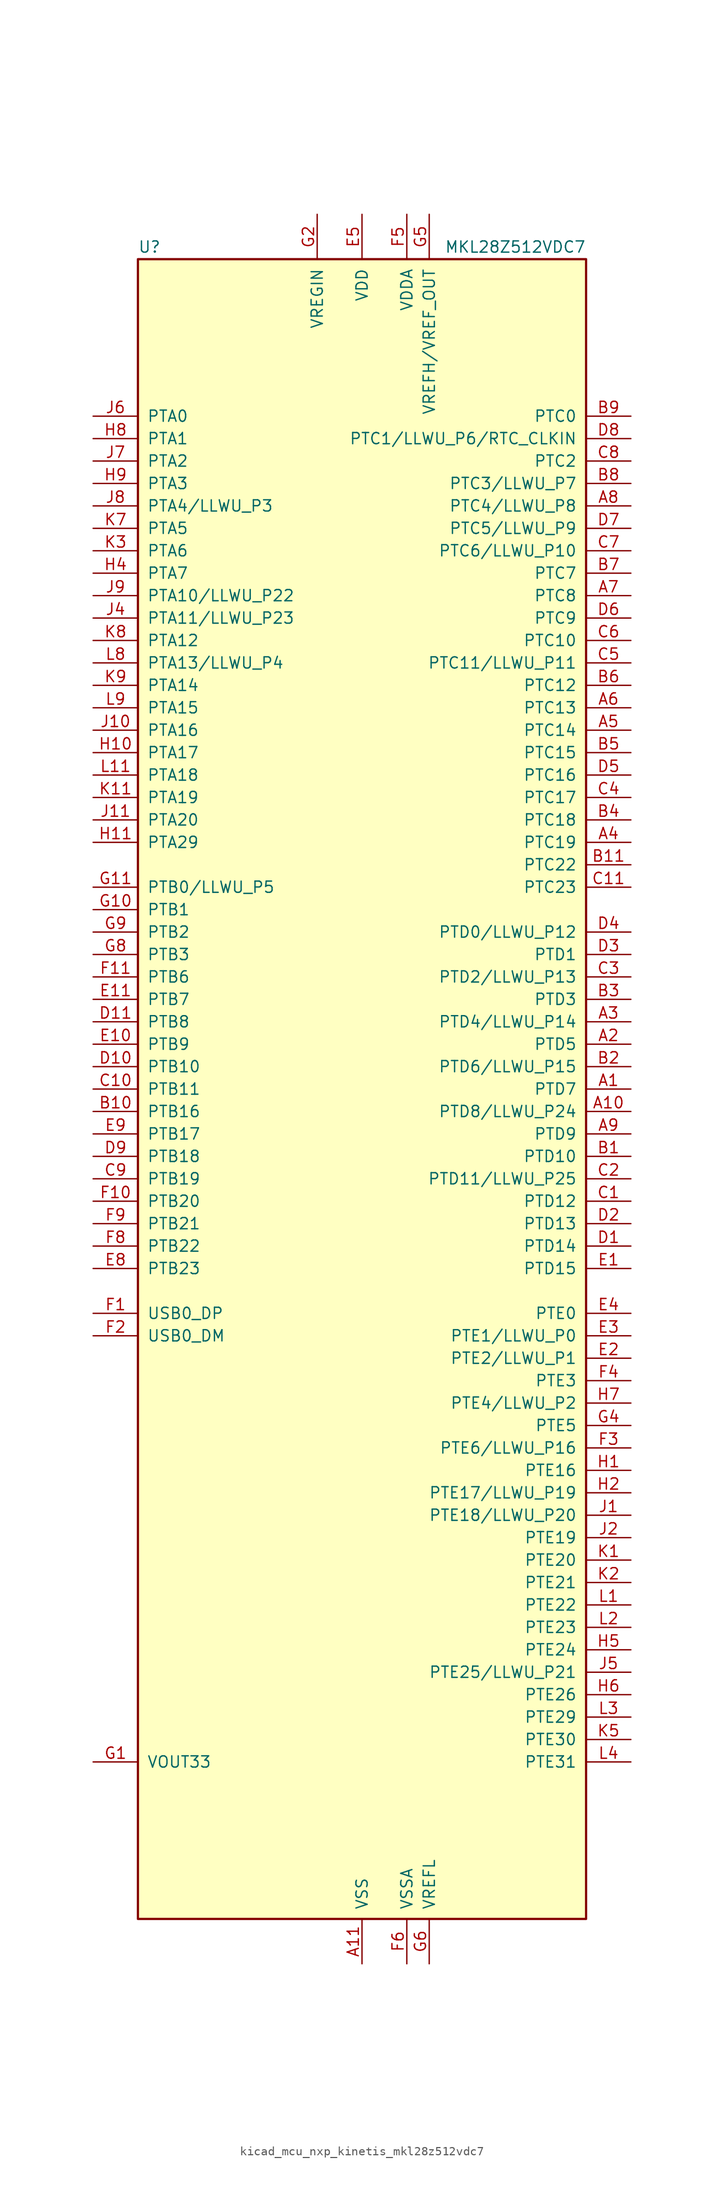
<source format=kicad_sym>
(kicad_symbol_lib
  (version 20220914)
  (generator kicad_symbol_editor)
  (symbol "kicad_mcu_nxp_kinetis_mkl28z512vdc7"
    (pin_names
      (offset 1.016))
    (property "Reference" "U"
      (at -25.4 94.615 0)
      (effects (font (size 1.27 1.27)) (justify left bottom)))
    (property "Value" "MKL28Z512VDC7"
      (at 25.4 94.615 0)
      (effects (font (size 1.27 1.27)) (justify right bottom)))
    (symbol "kicad_mcu_nxp_kinetis_mkl28z512vdc7_0_1"
      (rectangle (start -25.4 93.98) (end 25.4 -93.98) (stroke (width 0.254) (type default)) (fill (type background))))
    (symbol "kicad_mcu_nxp_kinetis_mkl28z512vdc7_1_1"
      (pin bidirectional line (at 30.48 0 180) (length 5.08) (name "PTD7" (effects (font (size 1.27 1.27)))) (number "A1" (effects (font (size 1.27 1.27)))))
      (pin bidirectional line (at 30.48 -2.54 180) (length 5.08) (name "PTD8/LLWU_P24" (effects (font (size 1.27 1.27)))) (number "A10" (effects (font (size 1.27 1.27)))))
      (pin power_in line (at 0 -99.06 90) (length 5.08) (name "VSS" (effects (font (size 1.27 1.27)))) (number "A11" (effects (font (size 1.27 1.27)))))
      (pin bidirectional line (at 30.48 5.08 180) (length 5.08) (name "PTD5" (effects (font (size 1.27 1.27)))) (number "A2" (effects (font (size 1.27 1.27)))))
      (pin bidirectional line (at 30.48 7.62 180) (length 5.08) (name "PTD4/LLWU_P14" (effects (font (size 1.27 1.27)))) (number "A3" (effects (font (size 1.27 1.27)))))
      (pin bidirectional line (at 30.48 27.94 180) (length 5.08) (name "PTC19" (effects (font (size 1.27 1.27)))) (number "A4" (effects (font (size 1.27 1.27)))))
      (pin bidirectional line (at 30.48 40.64 180) (length 5.08) (name "PTC14" (effects (font (size 1.27 1.27)))) (number "A5" (effects (font (size 1.27 1.27)))))
      (pin bidirectional line (at 30.48 43.18 180) (length 5.08) (name "PTC13" (effects (font (size 1.27 1.27)))) (number "A6" (effects (font (size 1.27 1.27)))))
      (pin bidirectional line (at 30.48 55.88 180) (length 5.08) (name "PTC8" (effects (font (size 1.27 1.27)))) (number "A7" (effects (font (size 1.27 1.27)))))
      (pin bidirectional line (at 30.48 66.04 180) (length 5.08) (name "PTC4/LLWU_P8" (effects (font (size 1.27 1.27)))) (number "A8" (effects (font (size 1.27 1.27)))))
      (pin bidirectional line (at 30.48 -5.08 180) (length 5.08) (name "PTD9" (effects (font (size 1.27 1.27)))) (number "A9" (effects (font (size 1.27 1.27)))))
      (pin bidirectional line (at 30.48 -7.62 180) (length 5.08) (name "PTD10" (effects (font (size 1.27 1.27)))) (number "B1" (effects (font (size 1.27 1.27)))))
      (pin bidirectional line (at -30.48 -2.54 0) (length 5.08) (name "PTB16" (effects (font (size 1.27 1.27)))) (number "B10" (effects (font (size 1.27 1.27)))))
      (pin bidirectional line (at 30.48 25.4 180) (length 5.08) (name "PTC22" (effects (font (size 1.27 1.27)))) (number "B11" (effects (font (size 1.27 1.27)))))
      (pin bidirectional line (at 30.48 2.54 180) (length 5.08) (name "PTD6/LLWU_P15" (effects (font (size 1.27 1.27)))) (number "B2" (effects (font (size 1.27 1.27)))))
      (pin bidirectional line (at 30.48 10.16 180) (length 5.08) (name "PTD3" (effects (font (size 1.27 1.27)))) (number "B3" (effects (font (size 1.27 1.27)))))
      (pin bidirectional line (at 30.48 30.48 180) (length 5.08) (name "PTC18" (effects (font (size 1.27 1.27)))) (number "B4" (effects (font (size 1.27 1.27)))))
      (pin bidirectional line (at 30.48 38.1 180) (length 5.08) (name "PTC15" (effects (font (size 1.27 1.27)))) (number "B5" (effects (font (size 1.27 1.27)))))
      (pin bidirectional line (at 30.48 45.72 180) (length 5.08) (name "PTC12" (effects (font (size 1.27 1.27)))) (number "B6" (effects (font (size 1.27 1.27)))))
      (pin bidirectional line (at 30.48 58.42 180) (length 5.08) (name "PTC7" (effects (font (size 1.27 1.27)))) (number "B7" (effects (font (size 1.27 1.27)))))
      (pin bidirectional line (at 30.48 68.58 180) (length 5.08) (name "PTC3/LLWU_P7" (effects (font (size 1.27 1.27)))) (number "B8" (effects (font (size 1.27 1.27)))))
      (pin bidirectional line (at 30.48 76.2 180) (length 5.08) (name "PTC0" (effects (font (size 1.27 1.27)))) (number "B9" (effects (font (size 1.27 1.27)))))
      (pin bidirectional line (at 30.48 -12.7 180) (length 5.08) (name "PTD12" (effects (font (size 1.27 1.27)))) (number "C1" (effects (font (size 1.27 1.27)))))
      (pin bidirectional line (at -30.48 0 0) (length 5.08) (name "PTB11" (effects (font (size 1.27 1.27)))) (number "C10" (effects (font (size 1.27 1.27)))))
      (pin bidirectional line (at 30.48 22.86 180) (length 5.08) (name "PTC23" (effects (font (size 1.27 1.27)))) (number "C11" (effects (font (size 1.27 1.27)))))
      (pin bidirectional line (at 30.48 -10.16 180) (length 5.08) (name "PTD11/LLWU_P25" (effects (font (size 1.27 1.27)))) (number "C2" (effects (font (size 1.27 1.27)))))
      (pin bidirectional line (at 30.48 12.7 180) (length 5.08) (name "PTD2/LLWU_P13" (effects (font (size 1.27 1.27)))) (number "C3" (effects (font (size 1.27 1.27)))))
      (pin bidirectional line (at 30.48 33.02 180) (length 5.08) (name "PTC17" (effects (font (size 1.27 1.27)))) (number "C4" (effects (font (size 1.27 1.27)))))
      (pin bidirectional line (at 30.48 48.26 180) (length 5.08) (name "PTC11/LLWU_P11" (effects (font (size 1.27 1.27)))) (number "C5" (effects (font (size 1.27 1.27)))))
      (pin bidirectional line (at 30.48 50.8 180) (length 5.08) (name "PTC10" (effects (font (size 1.27 1.27)))) (number "C6" (effects (font (size 1.27 1.27)))))
      (pin bidirectional line (at 30.48 60.96 180) (length 5.08) (name "PTC6/LLWU_P10" (effects (font (size 1.27 1.27)))) (number "C7" (effects (font (size 1.27 1.27)))))
      (pin bidirectional line (at 30.48 71.12 180) (length 5.08) (name "PTC2" (effects (font (size 1.27 1.27)))) (number "C8" (effects (font (size 1.27 1.27)))))
      (pin bidirectional line (at -30.48 -10.16 0) (length 5.08) (name "PTB19" (effects (font (size 1.27 1.27)))) (number "C9" (effects (font (size 1.27 1.27)))))
      (pin bidirectional line (at 30.48 -17.78 180) (length 5.08) (name "PTD14" (effects (font (size 1.27 1.27)))) (number "D1" (effects (font (size 1.27 1.27)))))
      (pin bidirectional line (at -30.48 2.54 0) (length 5.08) (name "PTB10" (effects (font (size 1.27 1.27)))) (number "D10" (effects (font (size 1.27 1.27)))))
      (pin bidirectional line (at -30.48 7.62 0) (length 5.08) (name "PTB8" (effects (font (size 1.27 1.27)))) (number "D11" (effects (font (size 1.27 1.27)))))
      (pin bidirectional line (at 30.48 -15.24 180) (length 5.08) (name "PTD13" (effects (font (size 1.27 1.27)))) (number "D2" (effects (font (size 1.27 1.27)))))
      (pin bidirectional line (at 30.48 15.24 180) (length 5.08) (name "PTD1" (effects (font (size 1.27 1.27)))) (number "D3" (effects (font (size 1.27 1.27)))))
      (pin bidirectional line (at 30.48 17.78 180) (length 5.08) (name "PTD0/LLWU_P12" (effects (font (size 1.27 1.27)))) (number "D4" (effects (font (size 1.27 1.27)))))
      (pin bidirectional line (at 30.48 35.56 180) (length 5.08) (name "PTC16" (effects (font (size 1.27 1.27)))) (number "D5" (effects (font (size 1.27 1.27)))))
      (pin bidirectional line (at 30.48 53.34 180) (length 5.08) (name "PTC9" (effects (font (size 1.27 1.27)))) (number "D6" (effects (font (size 1.27 1.27)))))
      (pin bidirectional line (at 30.48 63.5 180) (length 5.08) (name "PTC5/LLWU_P9" (effects (font (size 1.27 1.27)))) (number "D7" (effects (font (size 1.27 1.27)))))
      (pin bidirectional line (at 30.48 73.66 180) (length 5.08) (name "PTC1/LLWU_P6/RTC_CLKIN" (effects (font (size 1.27 1.27)))) (number "D8" (effects (font (size 1.27 1.27)))))
      (pin bidirectional line (at -30.48 -7.62 0) (length 5.08) (name "PTB18" (effects (font (size 1.27 1.27)))) (number "D9" (effects (font (size 1.27 1.27)))))
      (pin bidirectional line (at 30.48 -20.32 180) (length 5.08) (name "PTD15" (effects (font (size 1.27 1.27)))) (number "E1" (effects (font (size 1.27 1.27)))))
      (pin bidirectional line (at -30.48 5.08 0) (length 5.08) (name "PTB9" (effects (font (size 1.27 1.27)))) (number "E10" (effects (font (size 1.27 1.27)))))
      (pin bidirectional line (at -30.48 10.16 0) (length 5.08) (name "PTB7" (effects (font (size 1.27 1.27)))) (number "E11" (effects (font (size 1.27 1.27)))))
      (pin bidirectional line (at 30.48 -30.48 180) (length 5.08) (name "PTE2/LLWU_P1" (effects (font (size 1.27 1.27)))) (number "E2" (effects (font (size 1.27 1.27)))))
      (pin bidirectional line (at 30.48 -27.94 180) (length 5.08) (name "PTE1/LLWU_P0" (effects (font (size 1.27 1.27)))) (number "E3" (effects (font (size 1.27 1.27)))))
      (pin bidirectional line (at 30.48 -25.4 180) (length 5.08) (name "PTE0" (effects (font (size 1.27 1.27)))) (number "E4" (effects (font (size 1.27 1.27)))))
      (pin power_in line (at 0 99.06 270) (length 5.08) (name "VDD" (effects (font (size 1.27 1.27)))) (number "E5" (effects (font (size 1.27 1.27)))))
      (pin passive line (at 0 99.06 270) (length 5.08) hide (name "VDD" (effects (font (size 1.27 1.27)))) (number "E6" (effects (font (size 1.27 1.27)))))
      (pin passive line (at 0 99.06 270) (length 5.08) hide (name "VDD" (effects (font (size 1.27 1.27)))) (number "E7" (effects (font (size 1.27 1.27)))))
      (pin bidirectional line (at -30.48 -20.32 0) (length 5.08) (name "PTB23" (effects (font (size 1.27 1.27)))) (number "E8" (effects (font (size 1.27 1.27)))))
      (pin bidirectional line (at -30.48 -5.08 0) (length 5.08) (name "PTB17" (effects (font (size 1.27 1.27)))) (number "E9" (effects (font (size 1.27 1.27)))))
      (pin bidirectional line (at -30.48 -25.4 0) (length 5.08) (name "USB0_DP" (effects (font (size 1.27 1.27)))) (number "F1" (effects (font (size 1.27 1.27)))))
      (pin bidirectional line (at -30.48 -12.7 0) (length 5.08) (name "PTB20" (effects (font (size 1.27 1.27)))) (number "F10" (effects (font (size 1.27 1.27)))))
      (pin bidirectional line (at -30.48 12.7 0) (length 5.08) (name "PTB6" (effects (font (size 1.27 1.27)))) (number "F11" (effects (font (size 1.27 1.27)))))
      (pin bidirectional line (at -30.48 -27.94 0) (length 5.08) (name "USB0_DM" (effects (font (size 1.27 1.27)))) (number "F2" (effects (font (size 1.27 1.27)))))
      (pin bidirectional line (at 30.48 -40.64 180) (length 5.08) (name "PTE6/LLWU_P16" (effects (font (size 1.27 1.27)))) (number "F3" (effects (font (size 1.27 1.27)))))
      (pin bidirectional line (at 30.48 -33.02 180) (length 5.08) (name "PTE3" (effects (font (size 1.27 1.27)))) (number "F4" (effects (font (size 1.27 1.27)))))
      (pin power_in line (at 5.08 99.06 270) (length 5.08) (name "VDDA" (effects (font (size 1.27 1.27)))) (number "F5" (effects (font (size 1.27 1.27)))))
      (pin power_in line (at 5.08 -99.06 90) (length 5.08) (name "VSSA" (effects (font (size 1.27 1.27)))) (number "F6" (effects (font (size 1.27 1.27)))))
      (pin passive line (at 0 -99.06 90) (length 5.08) hide (name "VSS" (effects (font (size 1.27 1.27)))) (number "F7" (effects (font (size 1.27 1.27)))))
      (pin bidirectional line (at -30.48 -17.78 0) (length 5.08) (name "PTB22" (effects (font (size 1.27 1.27)))) (number "F8" (effects (font (size 1.27 1.27)))))
      (pin bidirectional line (at -30.48 -15.24 0) (length 5.08) (name "PTB21" (effects (font (size 1.27 1.27)))) (number "F9" (effects (font (size 1.27 1.27)))))
      (pin power_out line (at -30.48 -76.2 0) (length 5.08) (name "VOUT33" (effects (font (size 1.27 1.27)))) (number "G1" (effects (font (size 1.27 1.27)))))
      (pin bidirectional line (at -30.48 20.32 0) (length 5.08) (name "PTB1" (effects (font (size 1.27 1.27)))) (number "G10" (effects (font (size 1.27 1.27)))))
      (pin bidirectional line (at -30.48 22.86 0) (length 5.08) (name "PTB0/LLWU_P5" (effects (font (size 1.27 1.27)))) (number "G11" (effects (font (size 1.27 1.27)))))
      (pin power_in line (at -5.08 99.06 270) (length 5.08) (name "VREGIN" (effects (font (size 1.27 1.27)))) (number "G2" (effects (font (size 1.27 1.27)))))
      (pin passive line (at 0 -99.06 90) (length 5.08) hide (name "VSS" (effects (font (size 1.27 1.27)))) (number "G3" (effects (font (size 1.27 1.27)))))
      (pin bidirectional line (at 30.48 -38.1 180) (length 5.08) (name "PTE5" (effects (font (size 1.27 1.27)))) (number "G4" (effects (font (size 1.27 1.27)))))
      (pin power_in line (at 7.62 99.06 270) (length 5.08) (name "VREFH/VREF_OUT" (effects (font (size 1.27 1.27)))) (number "G5" (effects (font (size 1.27 1.27)))))
      (pin power_in line (at 7.62 -99.06 90) (length 5.08) (name "VREFL" (effects (font (size 1.27 1.27)))) (number "G6" (effects (font (size 1.27 1.27)))))
      (pin passive line (at 0 -99.06 90) (length 5.08) hide (name "VSS" (effects (font (size 1.27 1.27)))) (number "G7" (effects (font (size 1.27 1.27)))))
      (pin bidirectional line (at -30.48 15.24 0) (length 5.08) (name "PTB3" (effects (font (size 1.27 1.27)))) (number "G8" (effects (font (size 1.27 1.27)))))
      (pin bidirectional line (at -30.48 17.78 0) (length 5.08) (name "PTB2" (effects (font (size 1.27 1.27)))) (number "G9" (effects (font (size 1.27 1.27)))))
      (pin bidirectional line (at 30.48 -43.18 180) (length 5.08) (name "PTE16" (effects (font (size 1.27 1.27)))) (number "H1" (effects (font (size 1.27 1.27)))))
      (pin bidirectional line (at -30.48 38.1 0) (length 5.08) (name "PTA17" (effects (font (size 1.27 1.27)))) (number "H10" (effects (font (size 1.27 1.27)))))
      (pin bidirectional line (at -30.48 27.94 0) (length 5.08) (name "PTA29" (effects (font (size 1.27 1.27)))) (number "H11" (effects (font (size 1.27 1.27)))))
      (pin bidirectional line (at 30.48 -45.72 180) (length 5.08) (name "PTE17/LLWU_P19" (effects (font (size 1.27 1.27)))) (number "H2" (effects (font (size 1.27 1.27)))))
      (pin no_connect line (at -25.4 -63.5 0) (length 5.08) hide (name "NC" (effects (font (size 1.27 1.27)))) (number "H3" (effects (font (size 1.27 1.27)))))
      (pin bidirectional line (at -30.48 58.42 0) (length 5.08) (name "PTA7" (effects (font (size 1.27 1.27)))) (number "H4" (effects (font (size 1.27 1.27)))))
      (pin bidirectional line (at 30.48 -63.5 180) (length 5.08) (name "PTE24" (effects (font (size 1.27 1.27)))) (number "H5" (effects (font (size 1.27 1.27)))))
      (pin bidirectional line (at 30.48 -68.58 180) (length 5.08) (name "PTE26" (effects (font (size 1.27 1.27)))) (number "H6" (effects (font (size 1.27 1.27)))))
      (pin bidirectional line (at 30.48 -35.56 180) (length 5.08) (name "PTE4/LLWU_P2" (effects (font (size 1.27 1.27)))) (number "H7" (effects (font (size 1.27 1.27)))))
      (pin bidirectional line (at -30.48 73.66 0) (length 5.08) (name "PTA1" (effects (font (size 1.27 1.27)))) (number "H8" (effects (font (size 1.27 1.27)))))
      (pin bidirectional line (at -30.48 68.58 0) (length 5.08) (name "PTA3" (effects (font (size 1.27 1.27)))) (number "H9" (effects (font (size 1.27 1.27)))))
      (pin bidirectional line (at 30.48 -48.26 180) (length 5.08) (name "PTE18/LLWU_P20" (effects (font (size 1.27 1.27)))) (number "J1" (effects (font (size 1.27 1.27)))))
      (pin bidirectional line (at -30.48 40.64 0) (length 5.08) (name "PTA16" (effects (font (size 1.27 1.27)))) (number "J10" (effects (font (size 1.27 1.27)))))
      (pin bidirectional line (at -30.48 30.48 0) (length 5.08) (name "PTA20" (effects (font (size 1.27 1.27)))) (number "J11" (effects (font (size 1.27 1.27)))))
      (pin bidirectional line (at 30.48 -50.8 180) (length 5.08) (name "PTE19" (effects (font (size 1.27 1.27)))) (number "J2" (effects (font (size 1.27 1.27)))))
      (pin no_connect line (at -25.4 -66.04 0) (length 5.08) hide (name "NC" (effects (font (size 1.27 1.27)))) (number "J3" (effects (font (size 1.27 1.27)))))
      (pin bidirectional line (at -30.48 53.34 0) (length 5.08) (name "PTA11/LLWU_P23" (effects (font (size 1.27 1.27)))) (number "J4" (effects (font (size 1.27 1.27)))))
      (pin bidirectional line (at 30.48 -66.04 180) (length 5.08) (name "PTE25/LLWU_P21" (effects (font (size 1.27 1.27)))) (number "J5" (effects (font (size 1.27 1.27)))))
      (pin bidirectional line (at -30.48 76.2 0) (length 5.08) (name "PTA0" (effects (font (size 1.27 1.27)))) (number "J6" (effects (font (size 1.27 1.27)))))
      (pin bidirectional line (at -30.48 71.12 0) (length 5.08) (name "PTA2" (effects (font (size 1.27 1.27)))) (number "J7" (effects (font (size 1.27 1.27)))))
      (pin bidirectional line (at -30.48 66.04 0) (length 5.08) (name "PTA4/LLWU_P3" (effects (font (size 1.27 1.27)))) (number "J8" (effects (font (size 1.27 1.27)))))
      (pin bidirectional line (at -30.48 55.88 0) (length 5.08) (name "PTA10/LLWU_P22" (effects (font (size 1.27 1.27)))) (number "J9" (effects (font (size 1.27 1.27)))))
      (pin bidirectional line (at 30.48 -53.34 180) (length 5.08) (name "PTE20" (effects (font (size 1.27 1.27)))) (number "K1" (effects (font (size 1.27 1.27)))))
      (pin passive line (at 0 -99.06 90) (length 5.08) hide (name "VSS" (effects (font (size 1.27 1.27)))) (number "K10" (effects (font (size 1.27 1.27)))))
      (pin bidirectional line (at -30.48 33.02 0) (length 5.08) (name "PTA19" (effects (font (size 1.27 1.27)))) (number "K11" (effects (font (size 1.27 1.27)))))
      (pin bidirectional line (at 30.48 -55.88 180) (length 5.08) (name "PTE21" (effects (font (size 1.27 1.27)))) (number "K2" (effects (font (size 1.27 1.27)))))
      (pin bidirectional line (at -30.48 60.96 0) (length 5.08) (name "PTA6" (effects (font (size 1.27 1.27)))) (number "K3" (effects (font (size 1.27 1.27)))))
      (pin no_connect line (at -25.4 -68.58 0) (length 5.08) hide (name "NC" (effects (font (size 1.27 1.27)))) (number "K4" (effects (font (size 1.27 1.27)))))
      (pin bidirectional line (at 30.48 -73.66 180) (length 5.08) (name "PTE30" (effects (font (size 1.27 1.27)))) (number "K5" (effects (font (size 1.27 1.27)))))
      (pin passive line (at 0 99.06 270) (length 5.08) hide (name "VDD" (effects (font (size 1.27 1.27)))) (number "K6" (effects (font (size 1.27 1.27)))))
      (pin bidirectional line (at -30.48 63.5 0) (length 5.08) (name "PTA5" (effects (font (size 1.27 1.27)))) (number "K7" (effects (font (size 1.27 1.27)))))
      (pin bidirectional line (at -30.48 50.8 0) (length 5.08) (name "PTA12" (effects (font (size 1.27 1.27)))) (number "K8" (effects (font (size 1.27 1.27)))))
      (pin bidirectional line (at -30.48 45.72 0) (length 5.08) (name "PTA14" (effects (font (size 1.27 1.27)))) (number "K9" (effects (font (size 1.27 1.27)))))
      (pin bidirectional line (at 30.48 -58.42 180) (length 5.08) (name "PTE22" (effects (font (size 1.27 1.27)))) (number "L1" (effects (font (size 1.27 1.27)))))
      (pin passive line (at 0 99.06 270) (length 5.08) hide (name "VDD" (effects (font (size 1.27 1.27)))) (number "L10" (effects (font (size 1.27 1.27)))))
      (pin bidirectional line (at -30.48 35.56 0) (length 5.08) (name "PTA18" (effects (font (size 1.27 1.27)))) (number "L11" (effects (font (size 1.27 1.27)))))
      (pin bidirectional line (at 30.48 -60.96 180) (length 5.08) (name "PTE23" (effects (font (size 1.27 1.27)))) (number "L2" (effects (font (size 1.27 1.27)))))
      (pin bidirectional line (at 30.48 -71.12 180) (length 5.08) (name "PTE29" (effects (font (size 1.27 1.27)))) (number "L3" (effects (font (size 1.27 1.27)))))
      (pin bidirectional line (at 30.48 -76.2 180) (length 5.08) (name "PTE31" (effects (font (size 1.27 1.27)))) (number "L4" (effects (font (size 1.27 1.27)))))
      (pin passive line (at 0 -99.06 90) (length 5.08) hide (name "VSS" (effects (font (size 1.27 1.27)))) (number "L5" (effects (font (size 1.27 1.27)))))
      (pin passive line (at 0 -99.06 90) (length 5.08) hide (name "VSS" (effects (font (size 1.27 1.27)))) (number "L6" (effects (font (size 1.27 1.27)))))
      (pin no_connect line (at -25.4 -71.12 0) (length 5.08) hide (name "NC" (effects (font (size 1.27 1.27)))) (number "L7" (effects (font (size 1.27 1.27)))))
      (pin bidirectional line (at -30.48 48.26 0) (length 5.08) (name "PTA13/LLWU_P4" (effects (font (size 1.27 1.27)))) (number "L8" (effects (font (size 1.27 1.27)))))
      (pin bidirectional line (at -30.48 43.18 0) (length 5.08) (name "PTA15" (effects (font (size 1.27 1.27)))) (number "L9" (effects (font (size 1.27 1.27))))))))
</source>
